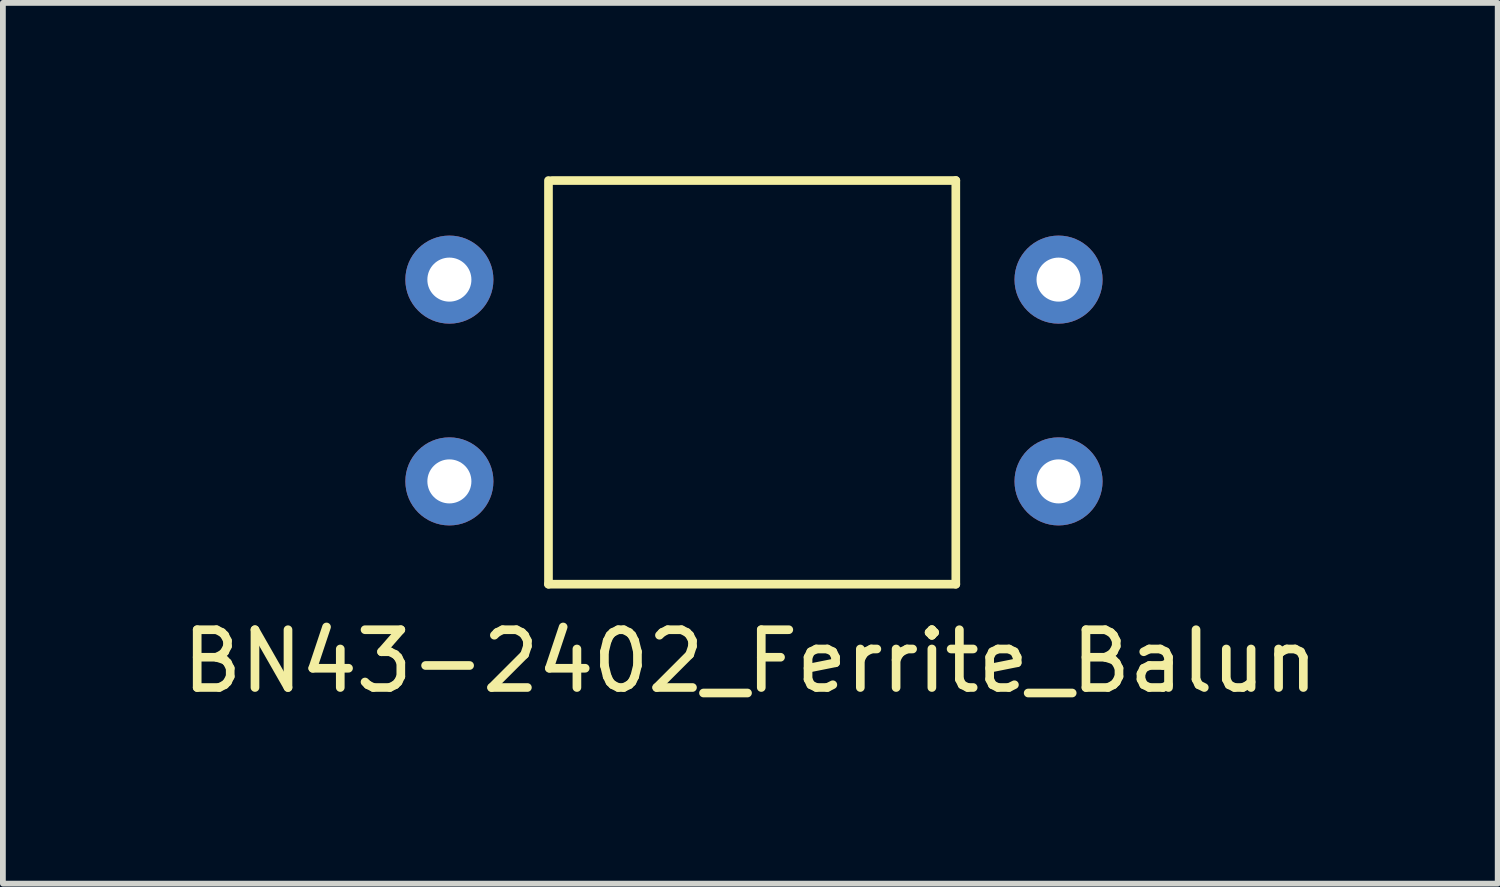
<source format=kicad_pcb>
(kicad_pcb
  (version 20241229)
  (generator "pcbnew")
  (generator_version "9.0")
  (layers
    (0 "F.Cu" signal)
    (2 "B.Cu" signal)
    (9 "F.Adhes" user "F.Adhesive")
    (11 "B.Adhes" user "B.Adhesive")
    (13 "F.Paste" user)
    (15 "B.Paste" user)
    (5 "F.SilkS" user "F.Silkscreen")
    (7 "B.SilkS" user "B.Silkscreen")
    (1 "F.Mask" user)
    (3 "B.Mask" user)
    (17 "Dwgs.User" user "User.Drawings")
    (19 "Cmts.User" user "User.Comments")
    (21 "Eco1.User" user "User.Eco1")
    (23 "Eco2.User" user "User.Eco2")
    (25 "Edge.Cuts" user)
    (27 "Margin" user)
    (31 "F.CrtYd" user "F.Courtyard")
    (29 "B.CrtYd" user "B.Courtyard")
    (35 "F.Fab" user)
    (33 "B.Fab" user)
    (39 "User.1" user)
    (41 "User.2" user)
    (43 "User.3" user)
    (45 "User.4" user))
  (footprint "BN43-2402_Ferrite_Balun"
    (layer "F.Cu")
    (at 9.998 3.567)
    (property "Reference" "BN43-2402_Ferrite_Balun" (at -0.064 4.826 0) (layer "F.SilkS") (effects (font (size 1 1) (thickness 0.15))))
    (attr through_hole)
    (fp_line (start -3.556 3.493) (end -3.556 -3.493) (stroke (width 0.15) (type solid)) (layer "F.SilkS"))
    (fp_line (start -3.493 -3.493) (end 3.493 -3.493) (stroke (width 0.15) (type solid)) (layer "F.SilkS"))
    (fp_line (start 3.493 -3.493) (end 3.493 3.493) (stroke (width 0.15) (type solid)) (layer "F.SilkS"))
    (fp_line (start 3.493 3.493) (end -3.556 3.493) (stroke (width 0.15) (type solid)) (layer "F.SilkS"))
    (pad "1" thru_hole circle (at -5.271 -1.778) (size 1.524 1.524) (drill 0.762) (layers "*.Cu" "*.Mask"))
    (pad "2" thru_hole circle (at -5.271 1.714) (size 1.524 1.524) (drill 0.762) (layers "*.Cu" "*.Mask"))
    (pad "3" thru_hole circle (at 5.271 1.714) (size 1.524 1.524) (drill 0.762) (layers "*.Cu" "*.Mask"))
    (pad "4" thru_hole circle (at 5.271 -1.778) (size 1.524 1.524) (drill 0.762) (layers "*.Cu" "*.Mask")))
  (gr_rect
    (start -3 -3)
    (end 22.869 12.242)
    (stroke (width 0.1) (type default))
    (fill no)
    (layer "Edge.Cuts")))
</source>
